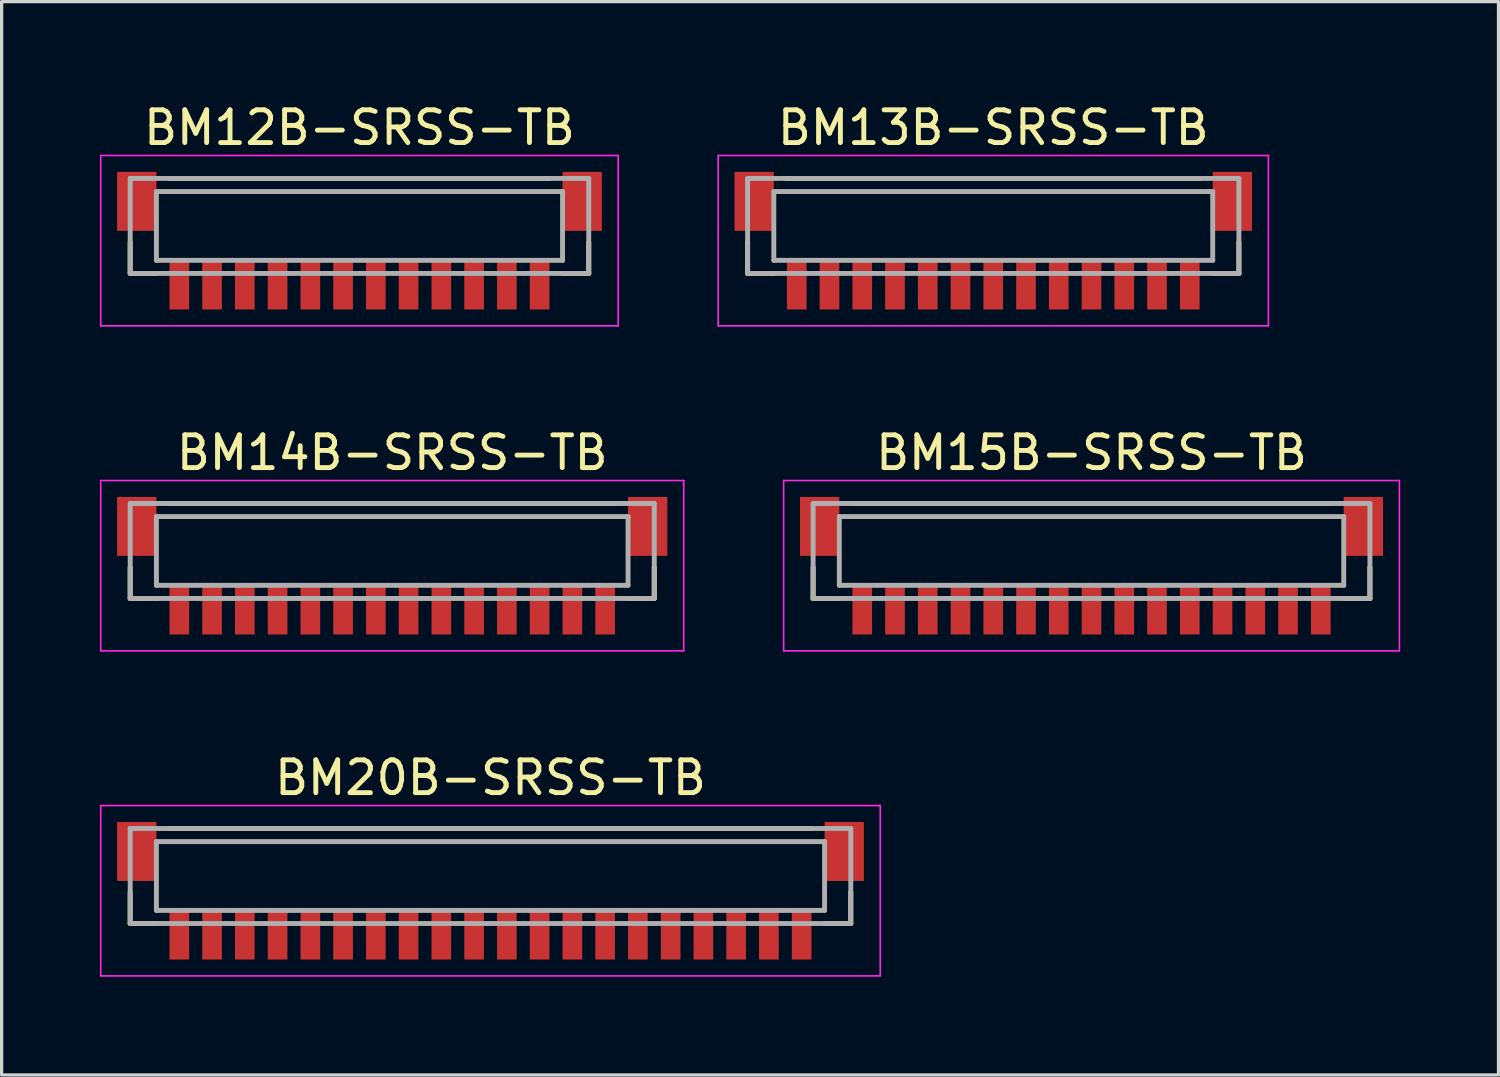
<source format=kicad_pcb>
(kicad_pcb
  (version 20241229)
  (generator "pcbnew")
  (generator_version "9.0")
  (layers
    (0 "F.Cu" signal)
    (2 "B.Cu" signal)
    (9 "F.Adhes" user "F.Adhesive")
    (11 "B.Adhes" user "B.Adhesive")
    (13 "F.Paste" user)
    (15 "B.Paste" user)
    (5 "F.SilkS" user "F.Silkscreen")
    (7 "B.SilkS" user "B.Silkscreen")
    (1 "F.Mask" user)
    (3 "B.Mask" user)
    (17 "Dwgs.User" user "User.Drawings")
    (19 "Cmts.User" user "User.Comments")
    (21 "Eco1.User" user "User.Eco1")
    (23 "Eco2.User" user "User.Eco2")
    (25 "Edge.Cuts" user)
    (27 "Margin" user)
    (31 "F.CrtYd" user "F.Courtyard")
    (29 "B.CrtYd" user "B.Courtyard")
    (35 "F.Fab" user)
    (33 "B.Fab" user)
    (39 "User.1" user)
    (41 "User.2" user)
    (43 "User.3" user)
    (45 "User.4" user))
  (footprint "BM13B-SRSS-TB"
    (layer "F.Cu")
    (at 27.275 3.848)
    (property "Reference" "BM13B-SRSS-TB" (at 0 -3 0) (layer "F.SilkS") (effects (font (size 1 1) (thickness 0.15))))
    (attr smd)
    (fp_line (start -7.5 0.5) (end -7.5 1.45) (stroke (width 0.15) (type solid)) (layer "F.SilkS"))
    (fp_line (start -7.5 1.45) (end -6.7 1.45) (stroke (width 0.15) (type solid)) (layer "F.SilkS"))
    (fp_line (start -6.3 -1.45) (end 6.3 -1.45) (stroke (width 0.15) (type solid)) (layer "F.SilkS"))
    (fp_line (start 6.7 1.45) (end 7.5 1.45) (stroke (width 0.15) (type solid)) (layer "F.SilkS"))
    (fp_line (start 7.5 0.5) (end 7.5 1.45) (stroke (width 0.15) (type solid)) (layer "F.SilkS"))
    (fp_line (start -8.4 -2.15) (end -8.4 3.05) (stroke (width 0.05) (type solid)) (layer "F.CrtYd"))
    (fp_line (start -8.4 -2.15) (end 8.4 -2.15) (stroke (width 0.05) (type solid)) (layer "F.CrtYd"))
    (fp_line (start -8.4 3.05) (end 8.4 3.05) (stroke (width 0.05) (type solid)) (layer "F.CrtYd"))
    (fp_line (start 8.4 -2.15) (end 8.4 3.05) (stroke (width 0.05) (type solid)) (layer "F.CrtYd"))
    (fp_line (start -7.5 -1.45) (end -7.5 1.45) (stroke (width 0.15) (type solid)) (layer "F.Fab"))
    (fp_line (start -7.5 -1.45) (end 7.5 -1.45) (stroke (width 0.15) (type solid)) (layer "F.Fab"))
    (fp_line (start -7.5 1.45) (end 7.5 1.45) (stroke (width 0.15) (type solid)) (layer "F.Fab"))
    (fp_line (start -6.7 -1.05) (end -6.7 1.05) (stroke (width 0.15) (type solid)) (layer "F.Fab"))
    (fp_line (start -6.7 -1.05) (end 6.7 -1.05) (stroke (width 0.15) (type solid)) (layer "F.Fab"))
    (fp_line (start -6.7 1.05) (end 6.7 1.05) (stroke (width 0.15) (type solid)) (layer "F.Fab"))
    (fp_line (start 6.7 -1.05) (end 6.7 1.05) (stroke (width 0.15) (type solid)) (layer "F.Fab"))
    (fp_line (start 7.5 -1.45) (end 7.5 1.45) (stroke (width 0.15) (type solid)) (layer "F.Fab"))
    (pad "1" smd rect (at -6 1.775) (size 0.6 1.55) (layers "F.Cu" "F.Mask" "F.Paste"))
    (pad "2" smd rect (at -5 1.775) (size 0.6 1.55) (layers "F.Cu" "F.Mask" "F.Paste"))
    (pad "3" smd rect (at -4 1.775) (size 0.6 1.55) (layers "F.Cu" "F.Mask" "F.Paste"))
    (pad "4" smd rect (at -3 1.775) (size 0.6 1.55) (layers "F.Cu" "F.Mask" "F.Paste"))
    (pad "5" smd rect (at -2 1.775) (size 0.6 1.55) (layers "F.Cu" "F.Mask" "F.Paste"))
    (pad "6" smd rect (at -1 1.775) (size 0.6 1.55) (layers "F.Cu" "F.Mask" "F.Paste"))
    (pad "7" smd rect (at 0 1.775) (size 0.6 1.55) (layers "F.Cu" "F.Mask" "F.Paste"))
    (pad "8" smd rect (at 1 1.775) (size 0.6 1.55) (layers "F.Cu" "F.Mask" "F.Paste"))
    (pad "9" smd rect (at 2 1.775) (size 0.6 1.55) (layers "F.Cu" "F.Mask" "F.Paste"))
    (pad "10" smd rect (at 3 1.775) (size 0.6 1.55) (layers "F.Cu" "F.Mask" "F.Paste"))
    (pad "11" smd rect (at 4 1.775) (size 0.6 1.55) (layers "F.Cu" "F.Mask" "F.Paste"))
    (pad "12" smd rect (at 5 1.775) (size 0.6 1.55) (layers "F.Cu" "F.Mask" "F.Paste"))
    (pad "13" smd rect (at 6 1.775) (size 0.6 1.55) (layers "F.Cu" "F.Mask" "F.Paste"))
    (pad "S" smd rect (at -7.3 -0.75) (size 1.2 1.8) (layers "F.Cu" "F.Mask" "F.Paste"))
    (pad "S" smd rect (at 7.3 -0.75) (size 1.2 1.8) (layers "F.Cu" "F.Mask" "F.Paste")))
  (footprint "BM14B-SRSS-TB"
    (layer "F.Cu")
    (at 8.925 13.771)
    (property "Reference" "BM14B-SRSS-TB" (at 0 -3 0) (layer "F.SilkS") (effects (font (size 1 1) (thickness 0.15))))
    (attr smd)
    (fp_line (start -8 0.5) (end -8 1.45) (stroke (width 0.15) (type solid)) (layer "F.SilkS"))
    (fp_line (start -8 1.45) (end -7.2 1.45) (stroke (width 0.15) (type solid)) (layer "F.SilkS"))
    (fp_line (start -6.8 -1.45) (end 6.8 -1.45) (stroke (width 0.15) (type solid)) (layer "F.SilkS"))
    (fp_line (start 7.2 1.45) (end 8 1.45) (stroke (width 0.15) (type solid)) (layer "F.SilkS"))
    (fp_line (start 8 0.5) (end 8 1.45) (stroke (width 0.15) (type solid)) (layer "F.SilkS"))
    (fp_line (start -8.9 -2.15) (end -8.9 3.05) (stroke (width 0.05) (type solid)) (layer "F.CrtYd"))
    (fp_line (start -8.9 -2.15) (end 8.9 -2.15) (stroke (width 0.05) (type solid)) (layer "F.CrtYd"))
    (fp_line (start -8.9 3.05) (end 8.9 3.05) (stroke (width 0.05) (type solid)) (layer "F.CrtYd"))
    (fp_line (start 8.9 -2.15) (end 8.9 3.05) (stroke (width 0.05) (type solid)) (layer "F.CrtYd"))
    (fp_line (start -8 -1.45) (end -8 1.45) (stroke (width 0.15) (type solid)) (layer "F.Fab"))
    (fp_line (start -8 -1.45) (end 8 -1.45) (stroke (width 0.15) (type solid)) (layer "F.Fab"))
    (fp_line (start -8 1.45) (end 8 1.45) (stroke (width 0.15) (type solid)) (layer "F.Fab"))
    (fp_line (start -7.2 -1.05) (end -7.2 1.05) (stroke (width 0.15) (type solid)) (layer "F.Fab"))
    (fp_line (start -7.2 -1.05) (end 7.2 -1.05) (stroke (width 0.15) (type solid)) (layer "F.Fab"))
    (fp_line (start -7.2 1.05) (end 7.2 1.05) (stroke (width 0.15) (type solid)) (layer "F.Fab"))
    (fp_line (start 7.2 -1.05) (end 7.2 1.05) (stroke (width 0.15) (type solid)) (layer "F.Fab"))
    (fp_line (start 8 -1.45) (end 8 1.45) (stroke (width 0.15) (type solid)) (layer "F.Fab"))
    (pad "1" smd rect (at -6.5 1.775) (size 0.6 1.55) (layers "F.Cu" "F.Mask" "F.Paste"))
    (pad "2" smd rect (at -5.5 1.775) (size 0.6 1.55) (layers "F.Cu" "F.Mask" "F.Paste"))
    (pad "3" smd rect (at -4.5 1.775) (size 0.6 1.55) (layers "F.Cu" "F.Mask" "F.Paste"))
    (pad "4" smd rect (at -3.5 1.775) (size 0.6 1.55) (layers "F.Cu" "F.Mask" "F.Paste"))
    (pad "5" smd rect (at -2.5 1.775) (size 0.6 1.55) (layers "F.Cu" "F.Mask" "F.Paste"))
    (pad "6" smd rect (at -1.5 1.775) (size 0.6 1.55) (layers "F.Cu" "F.Mask" "F.Paste"))
    (pad "7" smd rect (at -0.5 1.775) (size 0.6 1.55) (layers "F.Cu" "F.Mask" "F.Paste"))
    (pad "8" smd rect (at 0.5 1.775) (size 0.6 1.55) (layers "F.Cu" "F.Mask" "F.Paste"))
    (pad "9" smd rect (at 1.5 1.775) (size 0.6 1.55) (layers "F.Cu" "F.Mask" "F.Paste"))
    (pad "10" smd rect (at 2.5 1.775) (size 0.6 1.55) (layers "F.Cu" "F.Mask" "F.Paste"))
    (pad "11" smd rect (at 3.5 1.775) (size 0.6 1.55) (layers "F.Cu" "F.Mask" "F.Paste"))
    (pad "12" smd rect (at 4.5 1.775) (size 0.6 1.55) (layers "F.Cu" "F.Mask" "F.Paste"))
    (pad "13" smd rect (at 5.5 1.775) (size 0.6 1.55) (layers "F.Cu" "F.Mask" "F.Paste"))
    (pad "14" smd rect (at 6.5 1.775) (size 0.6 1.55) (layers "F.Cu" "F.Mask" "F.Paste"))
    (pad "S" smd rect (at -7.8 -0.75) (size 1.2 1.8) (layers "F.Cu" "F.Mask" "F.Paste"))
    (pad "S" smd rect (at 7.8 -0.75) (size 1.2 1.8) (layers "F.Cu" "F.Mask" "F.Paste")))
  (footprint "BM20B-SRSS-TB"
    (layer "F.Cu")
    (at 11.925 23.695)
    (property "Reference" "BM20B-SRSS-TB" (at 0 -3 0) (layer "F.SilkS") (effects (font (size 1 1) (thickness 0.15))))
    (attr smd)
    (fp_line (start -11 0.5) (end -11 1.45) (stroke (width 0.15) (type solid)) (layer "F.SilkS"))
    (fp_line (start -11 1.45) (end -10.2 1.45) (stroke (width 0.15) (type solid)) (layer "F.SilkS"))
    (fp_line (start -9.8 -1.45) (end 9.8 -1.45) (stroke (width 0.15) (type solid)) (layer "F.SilkS"))
    (fp_line (start 10.2 1.45) (end 11 1.45) (stroke (width 0.15) (type solid)) (layer "F.SilkS"))
    (fp_line (start 11 0.5) (end 11 1.45) (stroke (width 0.15) (type solid)) (layer "F.SilkS"))
    (fp_line (start -11.9 -2.15) (end -11.9 3.05) (stroke (width 0.05) (type solid)) (layer "F.CrtYd"))
    (fp_line (start -11.9 -2.15) (end 11.9 -2.15) (stroke (width 0.05) (type solid)) (layer "F.CrtYd"))
    (fp_line (start -11.9 3.05) (end 11.9 3.05) (stroke (width 0.05) (type solid)) (layer "F.CrtYd"))
    (fp_line (start 11.9 -2.15) (end 11.9 3.05) (stroke (width 0.05) (type solid)) (layer "F.CrtYd"))
    (fp_line (start -11 -1.45) (end -11 1.45) (stroke (width 0.15) (type solid)) (layer "F.Fab"))
    (fp_line (start -11 -1.45) (end 11 -1.45) (stroke (width 0.15) (type solid)) (layer "F.Fab"))
    (fp_line (start -11 1.45) (end 11 1.45) (stroke (width 0.15) (type solid)) (layer "F.Fab"))
    (fp_line (start -10.2 -1.05) (end -10.2 1.05) (stroke (width 0.15) (type solid)) (layer "F.Fab"))
    (fp_line (start -10.2 -1.05) (end 10.2 -1.05) (stroke (width 0.15) (type solid)) (layer "F.Fab"))
    (fp_line (start -10.2 1.05) (end 10.2 1.05) (stroke (width 0.15) (type solid)) (layer "F.Fab"))
    (fp_line (start 10.2 -1.05) (end 10.2 1.05) (stroke (width 0.15) (type solid)) (layer "F.Fab"))
    (fp_line (start 11 -1.45) (end 11 1.45) (stroke (width 0.15) (type solid)) (layer "F.Fab"))
    (pad "1" smd rect (at -9.5 1.775) (size 0.6 1.55) (layers "F.Cu" "F.Mask" "F.Paste"))
    (pad "2" smd rect (at -8.5 1.775) (size 0.6 1.55) (layers "F.Cu" "F.Mask" "F.Paste"))
    (pad "3" smd rect (at -7.5 1.775) (size 0.6 1.55) (layers "F.Cu" "F.Mask" "F.Paste"))
    (pad "4" smd rect (at -6.5 1.775) (size 0.6 1.55) (layers "F.Cu" "F.Mask" "F.Paste"))
    (pad "5" smd rect (at -5.5 1.775) (size 0.6 1.55) (layers "F.Cu" "F.Mask" "F.Paste"))
    (pad "6" smd rect (at -4.5 1.775) (size 0.6 1.55) (layers "F.Cu" "F.Mask" "F.Paste"))
    (pad "7" smd rect (at -3.5 1.775) (size 0.6 1.55) (layers "F.Cu" "F.Mask" "F.Paste"))
    (pad "8" smd rect (at -2.5 1.775) (size 0.6 1.55) (layers "F.Cu" "F.Mask" "F.Paste"))
    (pad "9" smd rect (at -1.5 1.775) (size 0.6 1.55) (layers "F.Cu" "F.Mask" "F.Paste"))
    (pad "10" smd rect (at -0.5 1.775) (size 0.6 1.55) (layers "F.Cu" "F.Mask" "F.Paste"))
    (pad "11" smd rect (at 0.5 1.775) (size 0.6 1.55) (layers "F.Cu" "F.Mask" "F.Paste"))
    (pad "12" smd rect (at 1.5 1.775) (size 0.6 1.55) (layers "F.Cu" "F.Mask" "F.Paste"))
    (pad "13" smd rect (at 2.5 1.775) (size 0.6 1.55) (layers "F.Cu" "F.Mask" "F.Paste"))
    (pad "14" smd rect (at 3.5 1.775) (size 0.6 1.55) (layers "F.Cu" "F.Mask" "F.Paste"))
    (pad "15" smd rect (at 4.5 1.775) (size 0.6 1.55) (layers "F.Cu" "F.Mask" "F.Paste"))
    (pad "16" smd rect (at 5.5 1.775) (size 0.6 1.55) (layers "F.Cu" "F.Mask" "F.Paste"))
    (pad "17" smd rect (at 6.5 1.775) (size 0.6 1.55) (layers "F.Cu" "F.Mask" "F.Paste"))
    (pad "18" smd rect (at 7.5 1.775) (size 0.6 1.55) (layers "F.Cu" "F.Mask" "F.Paste"))
    (pad "19" smd rect (at 8.5 1.775) (size 0.6 1.55) (layers "F.Cu" "F.Mask" "F.Paste"))
    (pad "20" smd rect (at 9.5 1.775) (size 0.6 1.55) (layers "F.Cu" "F.Mask" "F.Paste"))
    (pad "S" smd rect (at -10.8 -0.75) (size 1.2 1.8) (layers "F.Cu" "F.Mask" "F.Paste"))
    (pad "S" smd rect (at 10.8 -0.75) (size 1.2 1.8) (layers "F.Cu" "F.Mask" "F.Paste")))
  (footprint "BM15B-SRSS-TB"
    (layer "F.Cu")
    (at 30.275 13.771)
    (property "Reference" "BM15B-SRSS-TB" (at 0 -3 0) (layer "F.SilkS") (effects (font (size 1 1) (thickness 0.15))))
    (attr smd)
    (fp_line (start -8.5 0.5) (end -8.5 1.45) (stroke (width 0.15) (type solid)) (layer "F.SilkS"))
    (fp_line (start -8.5 1.45) (end -7.7 1.45) (stroke (width 0.15) (type solid)) (layer "F.SilkS"))
    (fp_line (start -7.3 -1.45) (end 7.3 -1.45) (stroke (width 0.15) (type solid)) (layer "F.SilkS"))
    (fp_line (start 7.7 1.45) (end 8.5 1.45) (stroke (width 0.15) (type solid)) (layer "F.SilkS"))
    (fp_line (start 8.5 0.5) (end 8.5 1.45) (stroke (width 0.15) (type solid)) (layer "F.SilkS"))
    (fp_line (start -9.4 -2.15) (end -9.4 3.05) (stroke (width 0.05) (type solid)) (layer "F.CrtYd"))
    (fp_line (start -9.4 -2.15) (end 9.4 -2.15) (stroke (width 0.05) (type solid)) (layer "F.CrtYd"))
    (fp_line (start -9.4 3.05) (end 9.4 3.05) (stroke (width 0.05) (type solid)) (layer "F.CrtYd"))
    (fp_line (start 9.4 -2.15) (end 9.4 3.05) (stroke (width 0.05) (type solid)) (layer "F.CrtYd"))
    (fp_line (start -8.5 -1.45) (end -8.5 1.45) (stroke (width 0.15) (type solid)) (layer "F.Fab"))
    (fp_line (start -8.5 -1.45) (end 8.5 -1.45) (stroke (width 0.15) (type solid)) (layer "F.Fab"))
    (fp_line (start -8.5 1.45) (end 8.5 1.45) (stroke (width 0.15) (type solid)) (layer "F.Fab"))
    (fp_line (start -7.7 -1.05) (end -7.7 1.05) (stroke (width 0.15) (type solid)) (layer "F.Fab"))
    (fp_line (start -7.7 -1.05) (end 7.7 -1.05) (stroke (width 0.15) (type solid)) (layer "F.Fab"))
    (fp_line (start -7.7 1.05) (end 7.7 1.05) (stroke (width 0.15) (type solid)) (layer "F.Fab"))
    (fp_line (start 7.7 -1.05) (end 7.7 1.05) (stroke (width 0.15) (type solid)) (layer "F.Fab"))
    (fp_line (start 8.5 -1.45) (end 8.5 1.45) (stroke (width 0.15) (type solid)) (layer "F.Fab"))
    (pad "1" smd rect (at -7 1.775) (size 0.6 1.55) (layers "F.Cu" "F.Mask" "F.Paste"))
    (pad "2" smd rect (at -6 1.775) (size 0.6 1.55) (layers "F.Cu" "F.Mask" "F.Paste"))
    (pad "3" smd rect (at -5 1.775) (size 0.6 1.55) (layers "F.Cu" "F.Mask" "F.Paste"))
    (pad "4" smd rect (at -4 1.775) (size 0.6 1.55) (layers "F.Cu" "F.Mask" "F.Paste"))
    (pad "5" smd rect (at -3 1.775) (size 0.6 1.55) (layers "F.Cu" "F.Mask" "F.Paste"))
    (pad "6" smd rect (at -2 1.775) (size 0.6 1.55) (layers "F.Cu" "F.Mask" "F.Paste"))
    (pad "7" smd rect (at -1 1.775) (size 0.6 1.55) (layers "F.Cu" "F.Mask" "F.Paste"))
    (pad "8" smd rect (at 0 1.775) (size 0.6 1.55) (layers "F.Cu" "F.Mask" "F.Paste"))
    (pad "9" smd rect (at 1 1.775) (size 0.6 1.55) (layers "F.Cu" "F.Mask" "F.Paste"))
    (pad "10" smd rect (at 2 1.775) (size 0.6 1.55) (layers "F.Cu" "F.Mask" "F.Paste"))
    (pad "11" smd rect (at 3 1.775) (size 0.6 1.55) (layers "F.Cu" "F.Mask" "F.Paste"))
    (pad "12" smd rect (at 4 1.775) (size 0.6 1.55) (layers "F.Cu" "F.Mask" "F.Paste"))
    (pad "13" smd rect (at 5 1.775) (size 0.6 1.55) (layers "F.Cu" "F.Mask" "F.Paste"))
    (pad "14" smd rect (at 6 1.775) (size 0.6 1.55) (layers "F.Cu" "F.Mask" "F.Paste"))
    (pad "15" smd rect (at 7 1.775) (size 0.6 1.55) (layers "F.Cu" "F.Mask" "F.Paste"))
    (pad "S" smd rect (at -8.3 -0.75) (size 1.2 1.8) (layers "F.Cu" "F.Mask" "F.Paste"))
    (pad "S" smd rect (at 8.3 -0.75) (size 1.2 1.8) (layers "F.Cu" "F.Mask" "F.Paste")))
  (footprint "BM12B-SRSS-TB"
    (layer "F.Cu")
    (at 7.925 3.848)
    (property "Reference" "BM12B-SRSS-TB" (at 0 -3 0) (layer "F.SilkS") (effects (font (size 1 1) (thickness 0.15))))
    (attr smd)
    (fp_line (start -7 0.5) (end -7 1.45) (stroke (width 0.15) (type solid)) (layer "F.SilkS"))
    (fp_line (start -7 1.45) (end -6.2 1.45) (stroke (width 0.15) (type solid)) (layer "F.SilkS"))
    (fp_line (start -5.8 -1.45) (end 5.8 -1.45) (stroke (width 0.15) (type solid)) (layer "F.SilkS"))
    (fp_line (start 6.2 1.45) (end 7 1.45) (stroke (width 0.15) (type solid)) (layer "F.SilkS"))
    (fp_line (start 7 0.5) (end 7 1.45) (stroke (width 0.15) (type solid)) (layer "F.SilkS"))
    (fp_line (start -7.9 -2.15) (end -7.9 3.05) (stroke (width 0.05) (type solid)) (layer "F.CrtYd"))
    (fp_line (start -7.9 -2.15) (end 7.9 -2.15) (stroke (width 0.05) (type solid)) (layer "F.CrtYd"))
    (fp_line (start -7.9 3.05) (end 7.9 3.05) (stroke (width 0.05) (type solid)) (layer "F.CrtYd"))
    (fp_line (start 7.9 -2.15) (end 7.9 3.05) (stroke (width 0.05) (type solid)) (layer "F.CrtYd"))
    (fp_line (start -7 -1.45) (end -7 1.45) (stroke (width 0.15) (type solid)) (layer "F.Fab"))
    (fp_line (start -7 -1.45) (end 7 -1.45) (stroke (width 0.15) (type solid)) (layer "F.Fab"))
    (fp_line (start -7 1.45) (end 7 1.45) (stroke (width 0.15) (type solid)) (layer "F.Fab"))
    (fp_line (start -6.2 -1.05) (end -6.2 1.05) (stroke (width 0.15) (type solid)) (layer "F.Fab"))
    (fp_line (start -6.2 -1.05) (end 6.2 -1.05) (stroke (width 0.15) (type solid)) (layer "F.Fab"))
    (fp_line (start -6.2 1.05) (end 6.2 1.05) (stroke (width 0.15) (type solid)) (layer "F.Fab"))
    (fp_line (start 6.2 -1.05) (end 6.2 1.05) (stroke (width 0.15) (type solid)) (layer "F.Fab"))
    (fp_line (start 7 -1.45) (end 7 1.45) (stroke (width 0.15) (type solid)) (layer "F.Fab"))
    (pad "1" smd rect (at -5.5 1.775) (size 0.6 1.55) (layers "F.Cu" "F.Mask" "F.Paste"))
    (pad "2" smd rect (at -4.5 1.775) (size 0.6 1.55) (layers "F.Cu" "F.Mask" "F.Paste"))
    (pad "3" smd rect (at -3.5 1.775) (size 0.6 1.55) (layers "F.Cu" "F.Mask" "F.Paste"))
    (pad "4" smd rect (at -2.5 1.775) (size 0.6 1.55) (layers "F.Cu" "F.Mask" "F.Paste"))
    (pad "5" smd rect (at -1.5 1.775) (size 0.6 1.55) (layers "F.Cu" "F.Mask" "F.Paste"))
    (pad "6" smd rect (at -0.5 1.775) (size 0.6 1.55) (layers "F.Cu" "F.Mask" "F.Paste"))
    (pad "7" smd rect (at 0.5 1.775) (size 0.6 1.55) (layers "F.Cu" "F.Mask" "F.Paste"))
    (pad "8" smd rect (at 1.5 1.775) (size 0.6 1.55) (layers "F.Cu" "F.Mask" "F.Paste"))
    (pad "9" smd rect (at 2.5 1.775) (size 0.6 1.55) (layers "F.Cu" "F.Mask" "F.Paste"))
    (pad "10" smd rect (at 3.5 1.775) (size 0.6 1.55) (layers "F.Cu" "F.Mask" "F.Paste"))
    (pad "11" smd rect (at 4.5 1.775) (size 0.6 1.55) (layers "F.Cu" "F.Mask" "F.Paste"))
    (pad "12" smd rect (at 5.5 1.775) (size 0.6 1.55) (layers "F.Cu" "F.Mask" "F.Paste"))
    (pad "S" smd rect (at -6.8 -0.75) (size 1.2 1.8) (layers "F.Cu" "F.Mask" "F.Paste"))
    (pad "S" smd rect (at 6.8 -0.75) (size 1.2 1.8) (layers "F.Cu" "F.Mask" "F.Paste")))
  (gr_rect
    (start -3 -3)
    (end 42.7 29.77)
    (stroke (width 0.1) (type default))
    (fill no)
    (layer "Edge.Cuts")))
</source>
